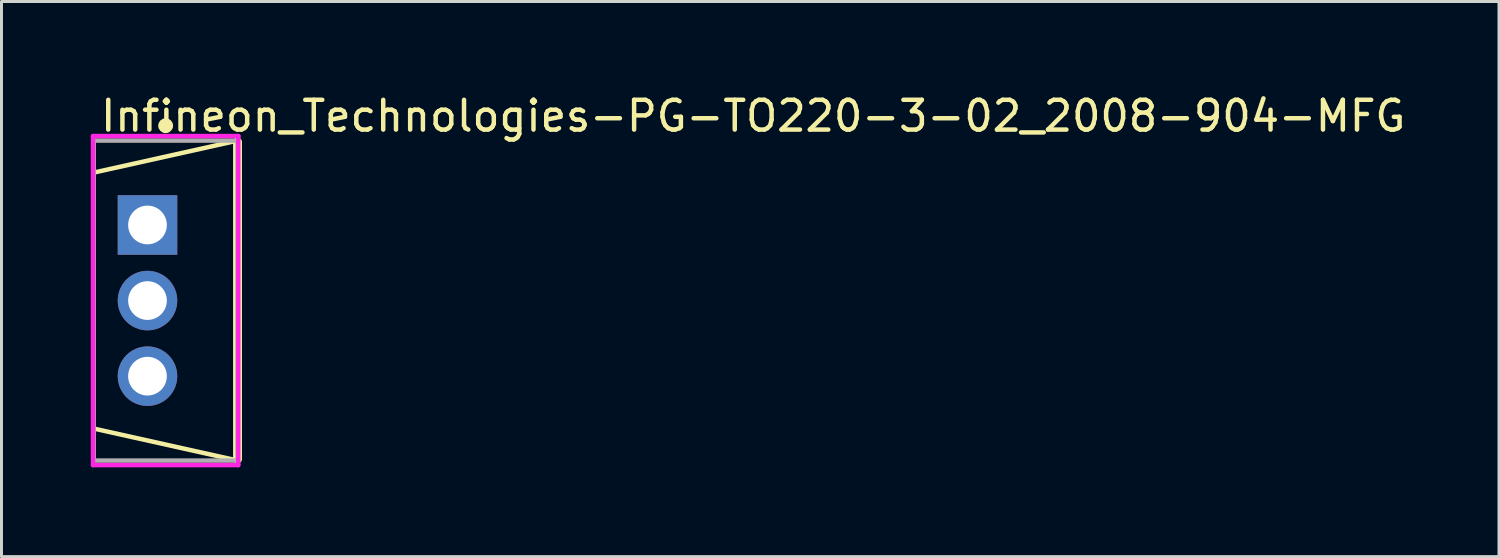
<source format=kicad_pcb>
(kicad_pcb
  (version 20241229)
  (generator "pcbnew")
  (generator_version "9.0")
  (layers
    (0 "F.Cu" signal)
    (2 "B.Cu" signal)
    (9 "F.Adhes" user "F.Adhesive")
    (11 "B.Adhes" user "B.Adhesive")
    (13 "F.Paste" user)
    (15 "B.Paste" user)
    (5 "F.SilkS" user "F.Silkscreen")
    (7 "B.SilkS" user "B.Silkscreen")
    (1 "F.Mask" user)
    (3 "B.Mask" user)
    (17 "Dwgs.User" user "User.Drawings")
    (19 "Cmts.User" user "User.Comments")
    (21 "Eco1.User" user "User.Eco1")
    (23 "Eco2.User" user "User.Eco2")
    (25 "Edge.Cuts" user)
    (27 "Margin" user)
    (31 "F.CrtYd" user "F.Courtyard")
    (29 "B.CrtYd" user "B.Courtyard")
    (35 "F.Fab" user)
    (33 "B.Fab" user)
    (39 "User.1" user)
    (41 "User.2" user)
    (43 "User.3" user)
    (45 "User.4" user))
  (footprint "Infineon_Technologies-PG-TO220-3-02_2008-904-MFG"
    (layer "F.Cu")
    (at 2.515 7.048)
    (property "Reference" "Infineon_Technologies-PG-TO220-3-02_2008-904-MFG" (at -2.265 -6.2 0) (layer "F.SilkS") (effects (font (size 1 1) (thickness 0.15)) (justify left)))
    (attr through_hole)
    (fp_line (start -2.415 -4.3) (end -2.415 4.3) (stroke (width 0.15) (type solid)) (layer "F.SilkS"))
    (fp_line (start -2.415 4.3) (end 2.415 5.375) (stroke (width 0.15) (type solid)) (layer "F.SilkS"))
    (fp_line (start 2.415 -5.375) (end -2.415 -4.3) (stroke (width 0.15) (type solid)) (layer "F.SilkS"))
    (fp_line (start 2.415 5.325) (end 2.415 -5.325) (stroke (width 0.3) (type solid)) (layer "F.SilkS"))
    (fp_circle (center 0 -5.875) (end 0.125 -5.875) (stroke (width 0.25) (type solid)) (fill no) (layer "F.SilkS"))
    (fp_line (start -2.44 -5.527) (end -2.44 5.527) (stroke (width 0.15) (type solid)) (layer "F.CrtYd"))
    (fp_line (start -2.44 5.527) (end 2.44 5.527) (stroke (width 0.15) (type solid)) (layer "F.CrtYd"))
    (fp_line (start 2.44 -5.527) (end -2.44 -5.527) (stroke (width 0.15) (type solid)) (layer "F.CrtYd"))
    (fp_line (start 2.44 -5.527) (end 2.44 -5.527) (stroke (width 0.15) (type solid)) (layer "F.CrtYd"))
    (fp_line (start 2.44 5.527) (end 2.44 -5.527) (stroke (width 0.15) (type solid)) (layer "F.CrtYd"))
    (fp_line (start -2.415 -5.375) (end 2.415 -5.375) (stroke (width 0.15) (type solid)) (layer "F.Fab"))
    (fp_line (start -2.415 5.375) (end -2.415 -5.375) (stroke (width 0.15) (type solid)) (layer "F.Fab"))
    (fp_line (start 2.415 -5.375) (end 2.415 5.375) (stroke (width 0.15) (type solid)) (layer "F.Fab"))
    (fp_line (start 2.415 5.375) (end -2.415 5.375) (stroke (width 0.15) (type solid)) (layer "F.Fab"))
    (pad "1" thru_hole rect (at -0.61 -2.54) (size 2 2) (drill 1.3) (layers "*.Cu"))
    (pad "2" thru_hole circle (at -0.61 0) (size 2 2) (drill 1.3) (layers "*.Cu"))
    (pad "3" thru_hole circle (at -0.61 2.54) (size 2 2) (drill 1.3) (layers "*.Cu")))
  (gr_rect
    (start -3 -3)
    (end 47.31 15.65)
    (stroke (width 0.1) (type default))
    (fill no)
    (layer "Edge.Cuts")))
</source>
